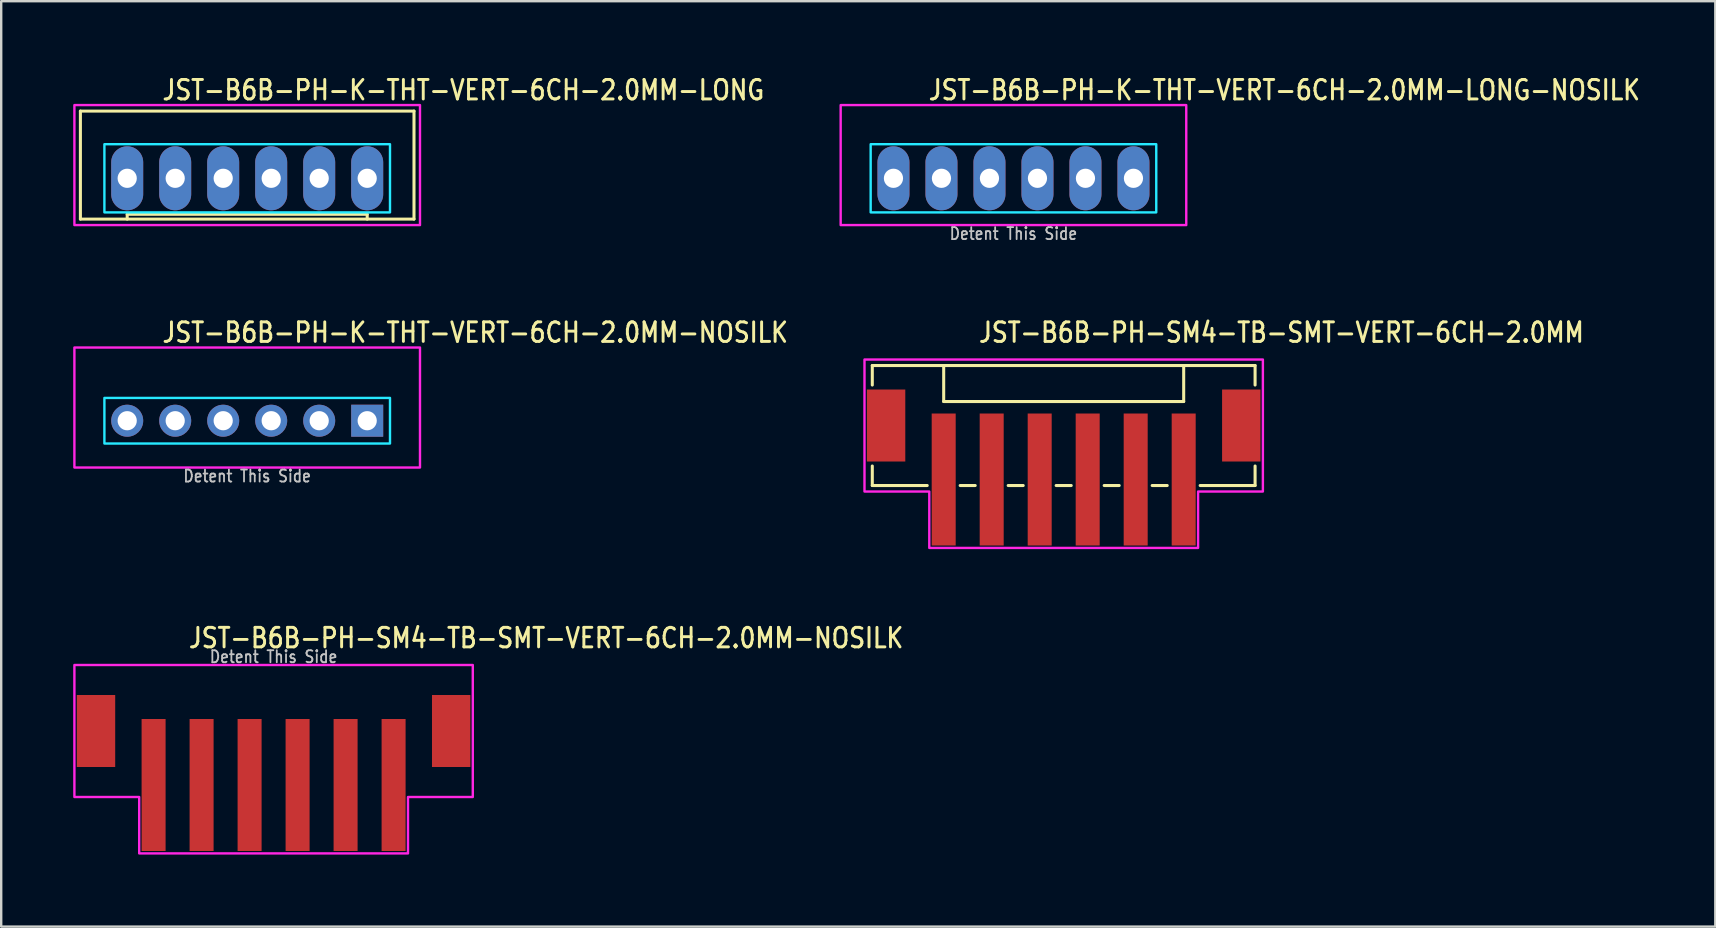
<source format=kicad_pcb>
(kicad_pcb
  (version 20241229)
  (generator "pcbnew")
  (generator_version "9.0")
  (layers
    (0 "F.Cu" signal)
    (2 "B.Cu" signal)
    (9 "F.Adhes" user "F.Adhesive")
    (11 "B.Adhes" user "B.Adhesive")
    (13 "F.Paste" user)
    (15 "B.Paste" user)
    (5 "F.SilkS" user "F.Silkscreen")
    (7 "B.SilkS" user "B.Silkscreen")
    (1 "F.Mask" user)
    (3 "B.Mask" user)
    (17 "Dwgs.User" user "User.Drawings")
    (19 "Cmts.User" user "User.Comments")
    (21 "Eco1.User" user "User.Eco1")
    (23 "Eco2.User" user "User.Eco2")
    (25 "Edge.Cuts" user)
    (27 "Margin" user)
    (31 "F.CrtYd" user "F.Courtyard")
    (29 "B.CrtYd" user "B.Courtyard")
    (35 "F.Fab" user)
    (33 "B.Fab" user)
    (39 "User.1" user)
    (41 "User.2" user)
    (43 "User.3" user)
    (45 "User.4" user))
  (footprint "JST-B6B-PH-K-THT-VERT-6CH-2.0MM-LONG-NOSILK"
    (layer "F.Cu")
    (at 39.178 4.379)
    (property "Reference" "JST-B6B-PH-K-THT-VERT-6CH-2.0MM-LONG-NOSILK" (at -3.6 -3.2 0) (unlocked yes) (layer "F.SilkS") (effects (font (size 0.813 0.695) (thickness 0.122)) (justify left bottom)))
    (fp_poly (pts (xy -5.95 -1.42) (xy -5.95 1.42) (xy 5.95 1.42) (xy 5.95 -1.42)) (stroke (width 0.1) (type solid)) (fill no) (layer "B.CrtYd"))
    (fp_poly (pts (xy -7.2 1.95) (xy -7.2 -3.05) (xy 7.2 -3.05) (xy 7.2 1.95)) (stroke (width 0.1) (type solid)) (fill no) (layer "F.CrtYd"))
    (fp_text user "Detent This Side" (at 0 2.6 0) (unlocked yes) (layer "Dwgs.User") (effects (font (size 0.5 0.427) (thickness 0.075)) (justify bottom)))
    (pad "1" thru_hole oval (at 5 0 90) (size 2.667 1.333) (drill 0.8) (layers "*.Cu" "*.Mask"))
    (pad "2" thru_hole oval (at 3 0 90) (size 2.667 1.333) (drill 0.8) (layers "*.Cu" "*.Mask"))
    (pad "3" thru_hole oval (at 1 0 90) (size 2.667 1.333) (drill 0.8) (layers "*.Cu" "*.Mask"))
    (pad "4" thru_hole oval (at -1 0 90) (size 2.667 1.333) (drill 0.8) (layers "*.Cu" "*.Mask"))
    (pad "5" thru_hole oval (at -3 0 90) (size 2.667 1.333) (drill 0.8) (layers "*.Cu" "*.Mask"))
    (pad "6" thru_hole oval (at -5 0 90) (size 2.667 1.333) (drill 0.8) (layers "*.Cu" "*.Mask")))
  (footprint "JST-B6B-PH-SM4-TB-SMT-VERT-6CH-2.0MM"
    (layer "F.Cu")
    (at 41.271 14.68)
    (property "Reference" "JST-B6B-PH-SM4-TB-SMT-VERT-6CH-2.0MM" (at -3.6 -3.4 0) (unlocked yes) (layer "F.SilkS") (effects (font (size 0.813 0.695) (thickness 0.122)) (justify left bottom)))
    (fp_line (start -7.975 -2.5) (end -7.975 -1.687) (stroke (width 0.127) (type solid)) (layer "F.SilkS"))
    (fp_line (start -7.975 -2.5) (end 7.975 -2.5) (stroke (width 0.127) (type solid)) (layer "F.SilkS"))
    (fp_line (start -7.975 2.5) (end -7.975 1.687) (stroke (width 0.127) (type solid)) (layer "F.SilkS"))
    (fp_line (start -7.975 2.5) (end -5.686 2.5) (stroke (width 0.127) (type solid)) (layer "F.SilkS"))
    (fp_line (start -5 -2.5) (end -5 -1) (stroke (width 0.127) (type solid)) (layer "F.SilkS"))
    (fp_line (start -5 -1) (end 5 -1) (stroke (width 0.127) (type solid)) (layer "F.SilkS"))
    (fp_line (start -4.314 2.5) (end -3.687 2.5) (stroke (width 0.127) (type solid)) (layer "F.SilkS"))
    (fp_line (start -2.313 2.5) (end -1.687 2.5) (stroke (width 0.127) (type solid)) (layer "F.SilkS"))
    (fp_line (start -0.314 2.5) (end 0.314 2.5) (stroke (width 0.127) (type solid)) (layer "F.SilkS"))
    (fp_line (start 1.687 2.5) (end 2.313 2.5) (stroke (width 0.127) (type solid)) (layer "F.SilkS"))
    (fp_line (start 3.687 2.5) (end 4.314 2.5) (stroke (width 0.127) (type solid)) (layer "F.SilkS"))
    (fp_line (start 5 -1) (end 5 -2.5) (stroke (width 0.127) (type solid)) (layer "F.SilkS"))
    (fp_line (start 5.686 2.5) (end 7.975 2.5) (stroke (width 0.127) (type solid)) (layer "F.SilkS"))
    (fp_line (start 7.975 -1.687) (end 7.975 -2.5) (stroke (width 0.127) (type solid)) (layer "F.SilkS"))
    (fp_line (start 7.975 1.687) (end 7.975 2.5) (stroke (width 0.127) (type solid)) (layer "F.SilkS"))
    (fp_poly (pts (xy -8.3 -2.75) (xy -8.3 2.75) (xy -5.6 2.75) (xy -5.6 5.1) (xy 5.6 5.1) (xy 5.6 2.75) (xy 8.3 2.75) (xy 8.3 -2.75)) (stroke (width 0.1) (type solid)) (fill no) (layer "F.CrtYd"))
    (pad "1" smd rect (at -5 2.25) (size 1 5.5) (layers "F.Cu" "F.Mask" "F.Paste"))
    (pad "2" smd rect (at -3 2.25) (size 1 5.5) (layers "F.Cu" "F.Mask" "F.Paste"))
    (pad "3" smd rect (at -1 2.25) (size 1 5.5) (layers "F.Cu" "F.Mask" "F.Paste"))
    (pad "4" smd rect (at 1 2.25) (size 1 5.5) (layers "F.Cu" "F.Mask" "F.Paste"))
    (pad "5" smd rect (at 3 2.25) (size 1 5.5) (layers "F.Cu" "F.Mask" "F.Paste"))
    (pad "6" smd rect (at 5 2.25) (size 1 5.5) (layers "F.Cu" "F.Mask" "F.Paste"))
    (pad "S_1" smd rect (at -7.4 0) (size 1.6 3) (layers "F.Cu" "F.Mask" "F.Paste"))
    (pad "S_2" smd rect (at 7.4 0) (size 1.6 3) (layers "F.Cu" "F.Mask" "F.Paste")))
  (footprint "JST-B6B-PH-SM4-TB-SMT-VERT-6CH-2.0MM-NOSILK"
    (layer "F.Cu")
    (at 8.35 27.409)
    (property "Reference" "JST-B6B-PH-SM4-TB-SMT-VERT-6CH-2.0MM-NOSILK" (at -3.6 -3.4 0) (unlocked yes) (layer "F.SilkS") (effects (font (size 0.813 0.695) (thickness 0.122)) (justify left bottom)))
    (fp_poly (pts (xy -8.3 -2.75) (xy -8.3 2.75) (xy -5.6 2.75) (xy -5.6 5.1) (xy 5.6 5.1) (xy 5.6 2.75) (xy 8.3 2.75) (xy 8.3 -2.75)) (stroke (width 0.1) (type solid)) (fill no) (layer "F.CrtYd"))
    (fp_text user "Detent This Side" (at 0 -2.8 0) (unlocked yes) (layer "Dwgs.User") (effects (font (size 0.5 0.427) (thickness 0.075)) (justify bottom)))
    (pad "1" smd rect (at -5 2.25) (size 1 5.5) (layers "F.Cu" "F.Mask" "F.Paste"))
    (pad "2" smd rect (at -3 2.25) (size 1 5.5) (layers "F.Cu" "F.Mask" "F.Paste"))
    (pad "3" smd rect (at -1 2.25) (size 1 5.5) (layers "F.Cu" "F.Mask" "F.Paste"))
    (pad "4" smd rect (at 1 2.25) (size 1 5.5) (layers "F.Cu" "F.Mask" "F.Paste"))
    (pad "5" smd rect (at 3 2.25) (size 1 5.5) (layers "F.Cu" "F.Mask" "F.Paste"))
    (pad "6" smd rect (at 5 2.25) (size 1 5.5) (layers "F.Cu" "F.Mask" "F.Paste"))
    (pad "S_1" smd rect (at -7.4 0) (size 1.6 3) (layers "F.Cu" "F.Mask" "F.Paste"))
    (pad "S_2" smd rect (at 7.4 0) (size 1.6 3) (layers "F.Cu" "F.Mask" "F.Paste")))
  (footprint "JST-B6B-PH-K-THT-VERT-6CH-2.0MM-LONG"
    (layer "F.Cu")
    (at 7.25 4.379)
    (property "Reference" "JST-B6B-PH-K-THT-VERT-6CH-2.0MM-LONG" (at -3.6 -3.2 0) (unlocked yes) (layer "F.SilkS") (effects (font (size 0.813 0.695) (thickness 0.122)) (justify left bottom)))
    (fp_line (start -6.95 -2.8) (end -6.95 1.7) (stroke (width 0.127) (type solid)) (layer "F.SilkS"))
    (fp_line (start -6.95 -2.8) (end 6.95 -2.8) (stroke (width 0.127) (type solid)) (layer "F.SilkS"))
    (fp_line (start -6.95 1.7) (end 6.95 1.7) (stroke (width 0.127) (type solid)) (layer "F.SilkS"))
    (fp_line (start -5 1.7) (end -5 1.5) (stroke (width 0.127) (type solid)) (layer "F.SilkS"))
    (fp_line (start 5 1.5) (end -5 1.5) (stroke (width 0.127) (type solid)) (layer "F.SilkS"))
    (fp_line (start 5 1.7) (end 5 1.5) (stroke (width 0.127) (type solid)) (layer "F.SilkS"))
    (fp_line (start 6.95 1.7) (end 6.95 -2.8) (stroke (width 0.127) (type solid)) (layer "F.SilkS"))
    (fp_poly (pts (xy -5.95 -1.42) (xy -5.95 1.42) (xy 5.95 1.42) (xy 5.95 -1.42)) (stroke (width 0.1) (type solid)) (fill no) (layer "B.CrtYd"))
    (fp_poly (pts (xy -7.2 1.95) (xy -7.2 -3.05) (xy 7.2 -3.05) (xy 7.2 1.95)) (stroke (width 0.1) (type solid)) (fill no) (layer "F.CrtYd"))
    (pad "1" thru_hole oval (at 5 0 90) (size 2.667 1.333) (drill 0.8) (layers "*.Cu" "*.Mask"))
    (pad "2" thru_hole oval (at 3 0 90) (size 2.667 1.333) (drill 0.8) (layers "*.Cu" "*.Mask"))
    (pad "3" thru_hole oval (at 1 0 90) (size 2.667 1.333) (drill 0.8) (layers "*.Cu" "*.Mask"))
    (pad "4" thru_hole oval (at -1 0 90) (size 2.667 1.333) (drill 0.8) (layers "*.Cu" "*.Mask"))
    (pad "5" thru_hole oval (at -3 0 90) (size 2.667 1.333) (drill 0.8) (layers "*.Cu" "*.Mask"))
    (pad "6" thru_hole oval (at -5 0 90) (size 2.667 1.333) (drill 0.8) (layers "*.Cu" "*.Mask")))
  (footprint "JST-B6B-PH-K-THT-VERT-6CH-2.0MM-NOSILK"
    (layer "F.Cu")
    (at 7.25 14.48)
    (property "Reference" "JST-B6B-PH-K-THT-VERT-6CH-2.0MM-NOSILK" (at -3.6 -3.2 0) (unlocked yes) (layer "F.SilkS") (effects (font (size 0.813 0.695) (thickness 0.122)) (justify left bottom)))
    (fp_poly (pts (xy -5.95 -0.95) (xy -5.95 0.95) (xy 5.95 0.95) (xy 5.95 -0.95)) (stroke (width 0.1) (type solid)) (fill no) (layer "B.CrtYd"))
    (fp_poly (pts (xy -7.2 1.95) (xy -7.2 -3.05) (xy 7.2 -3.05) (xy 7.2 1.95)) (stroke (width 0.1) (type solid)) (fill no) (layer "F.CrtYd"))
    (fp_text user "Detent This Side" (at 0 2.6 0) (unlocked yes) (layer "Dwgs.User") (effects (font (size 0.5 0.427) (thickness 0.075)) (justify bottom)))
    (pad "1" thru_hole rect (at 5 0) (size 1.333 1.333) (drill 0.8) (layers "*.Cu" "*.Mask"))
    (pad "2" thru_hole oval (at 3 0) (size 1.333 1.333) (drill 0.8) (layers "*.Cu" "*.Mask"))
    (pad "3" thru_hole oval (at 1 0) (size 1.333 1.333) (drill 0.8) (layers "*.Cu" "*.Mask"))
    (pad "4" thru_hole oval (at -1 0) (size 1.333 1.333) (drill 0.8) (layers "*.Cu" "*.Mask"))
    (pad "5" thru_hole oval (at -3 0) (size 1.333 1.333) (drill 0.8) (layers "*.Cu" "*.Mask"))
    (pad "6" thru_hole oval (at -5 0) (size 1.333 1.333) (drill 0.8) (layers "*.Cu" "*.Mask")))
  (gr_rect
    (start -3 -3)
    (end 68.422 35.559)
    (stroke (width 0.1) (type default))
    (fill no)
    (layer "Edge.Cuts")))
</source>
